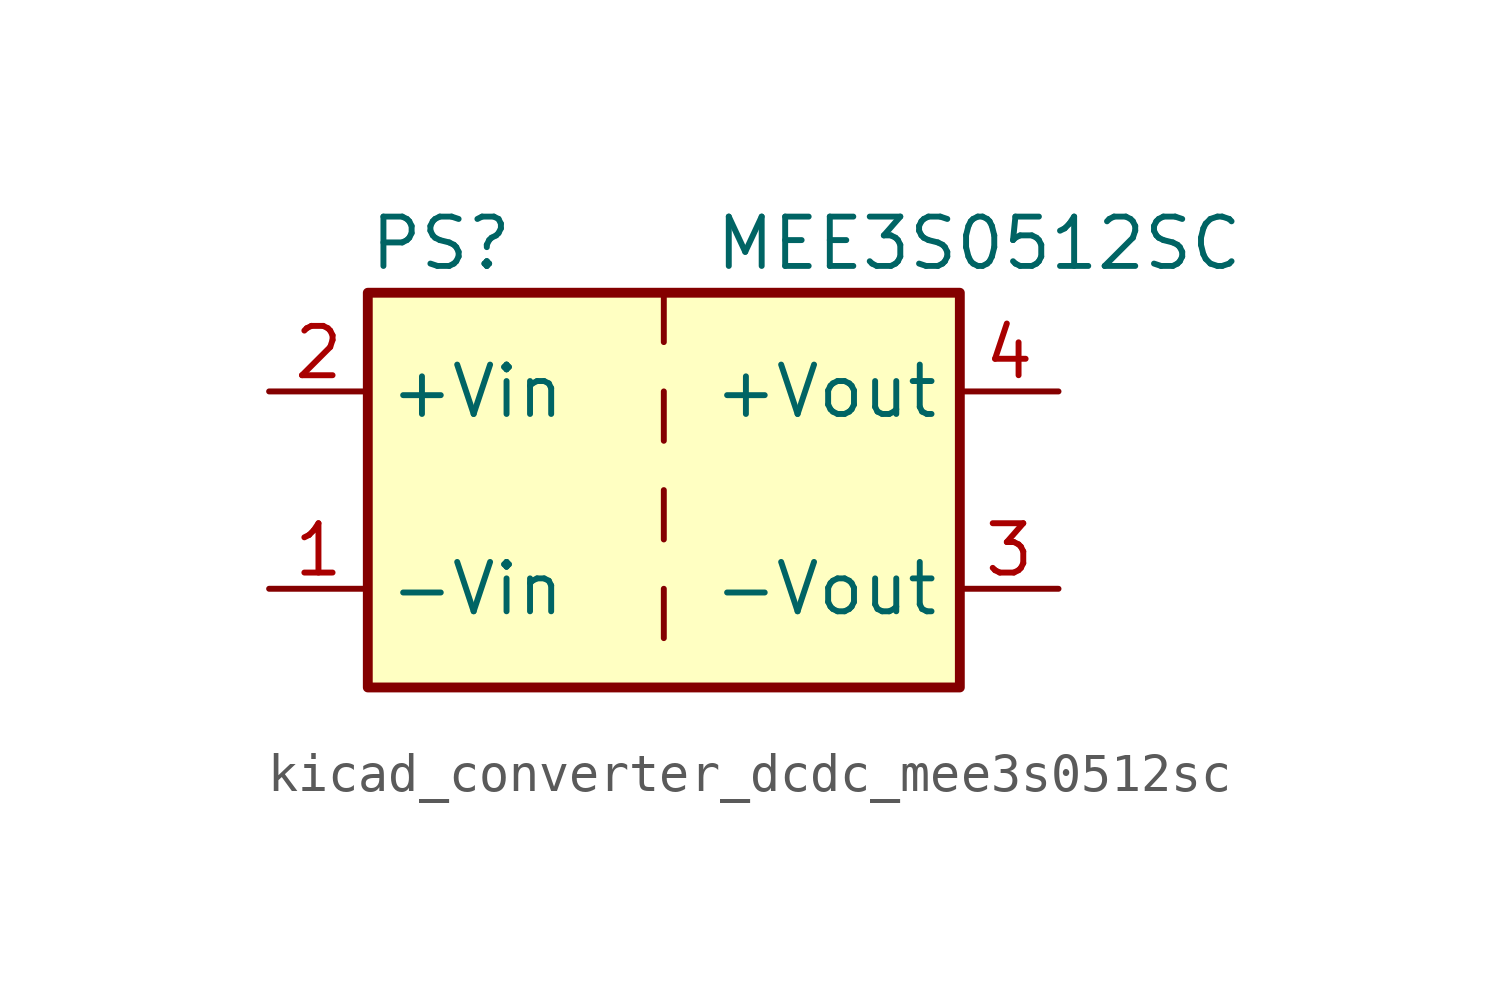
<source format=kicad_sym>
(kicad_symbol_lib
  (version 20220914)
  (generator kicad_symbol_editor)
  (symbol "kicad_converter_dcdc_mee3s0512sc"
    (property "Reference" "PS"
      (at -7.62 6.35 0)
      (effects (font (size 1.27 1.27)) (justify left)))
    (property "Value" "MEE3S0512SC"
      (at 1.27 6.35 0)
      (effects (font (size 1.27 1.27)) (justify left)))
    (symbol "kicad_converter_dcdc_mee3s0512sc_0_0"
      (pin power_in line (at -10.16 -2.54 0) (length 2.54) (name "-Vin" (effects (font (size 1.27 1.27)))) (number "1" (effects (font (size 1.27 1.27)))))
      (pin power_in line (at -10.16 2.54 0) (length 2.54) (name "+Vin" (effects (font (size 1.27 1.27)))) (number "2" (effects (font (size 1.27 1.27)))))
      (pin power_out line (at 10.16 -2.54 180) (length 2.54) (name "-Vout" (effects (font (size 1.27 1.27)))) (number "3" (effects (font (size 1.27 1.27)))))
      (pin power_out line (at 10.16 2.54 180) (length 2.54) (name "+Vout" (effects (font (size 1.27 1.27)))) (number "4" (effects (font (size 1.27 1.27))))))
    (symbol "kicad_converter_dcdc_mee3s0512sc_0_1"
      (rectangle (start -7.62 5.08) (end 7.62 -5.08) (stroke (width 0.254) (type default)) (fill (type background)))
      (polyline (pts (xy 0 -2.54) (xy 0 -3.81)) (stroke (width 0) (type default)) (fill (type none)))
      (polyline (pts (xy 0 0) (xy 0 -1.27)) (stroke (width 0) (type default)) (fill (type none)))
      (polyline (pts (xy 0 2.54) (xy 0 1.27)) (stroke (width 0) (type default)) (fill (type none)))
      (polyline (pts (xy 0 5.08) (xy 0 3.81)) (stroke (width 0) (type default)) (fill (type none))))))
</source>
